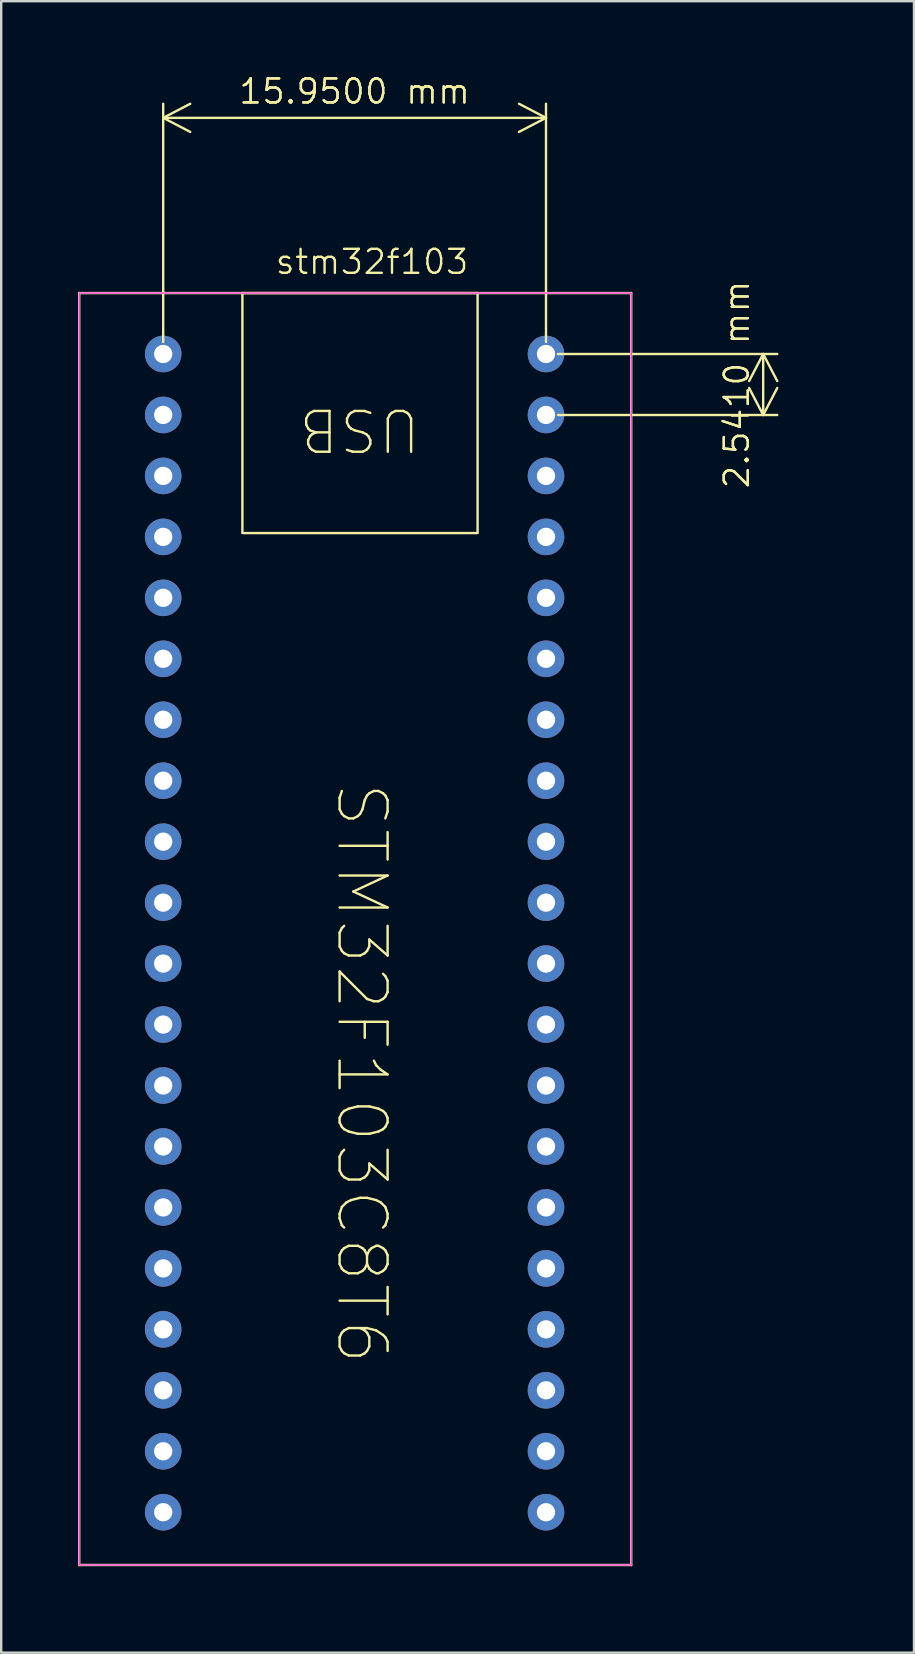
<source format=kicad_pcb>
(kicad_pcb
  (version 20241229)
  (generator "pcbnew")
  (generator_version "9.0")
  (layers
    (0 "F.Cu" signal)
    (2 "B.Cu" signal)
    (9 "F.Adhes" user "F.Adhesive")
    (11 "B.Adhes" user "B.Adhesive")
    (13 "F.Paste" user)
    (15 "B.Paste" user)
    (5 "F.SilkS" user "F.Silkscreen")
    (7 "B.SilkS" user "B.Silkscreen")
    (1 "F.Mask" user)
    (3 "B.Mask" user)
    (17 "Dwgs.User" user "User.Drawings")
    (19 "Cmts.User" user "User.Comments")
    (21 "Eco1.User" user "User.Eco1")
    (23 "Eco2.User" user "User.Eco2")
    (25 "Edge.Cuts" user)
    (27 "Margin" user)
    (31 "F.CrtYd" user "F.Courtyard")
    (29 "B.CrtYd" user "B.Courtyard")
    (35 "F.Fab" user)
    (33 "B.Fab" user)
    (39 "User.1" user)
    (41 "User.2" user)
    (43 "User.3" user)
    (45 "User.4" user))
  (footprint "stm32f103"
    (layer "F.Cu")
    (at 0.25 62.56)
    (property "Reference" "stm32f103" (at 12.2 -54.7 0) (unlocked yes) (layer "F.SilkS") (effects (font (size 1 1) (thickness 0.1))))
    (attr through_hole)
    (fp_line (start 0 -53.4) (end 0 -0.4) (stroke (width 0.1) (type default)) (layer "F.SilkS"))
    (fp_line (start 0 -0.4) (end 23 -0.4) (stroke (width 0.1) (type default)) (layer "F.SilkS"))
    (fp_line (start 23 -53.4) (end 0 -53.4) (stroke (width 0.1) (type default)) (layer "F.SilkS"))
    (fp_line (start 23 -0.4) (end 23 -53.4) (stroke (width 0.1) (type default)) (layer "F.SilkS"))
    (fp_rect (start 16.6 -53.4) (end 6.8 -43.4) (stroke (width 0.1) (type default)) (fill no) (layer "F.SilkS"))
    (fp_rect (start 23 -0.4) (end 0 -53.4) (stroke (width 0.05) (type default)) (fill no) (layer "F.CrtYd"))
    (fp_text user "STM32F103C8T6" (at 10.6 -33.1 270) (unlocked yes) (layer "F.SilkS") (effects (font (size 2 2) (thickness 0.1)) (justify left bottom)))
    (fp_text user "USB" (at 14.3 -48.7 180) (unlocked yes) (layer "F.SilkS") (effects (font (size 1.7 1.7) (thickness 0.1)) (justify left bottom)))
    (dimension (type aligned) (layer "F.SilkS") (pts (xy 3.75 11.7) (xy 19.7 11.7)) (height -9.84) (format (prefix "") (suffix "") (units 3) (units_format 1) (precision 4)) (style (thickness 0.1) (arrow_length 1.27) (text_position_mode 0) (arrow_direction outward) (extension_height 0.586) (extension_offset 0.5) (keep_text_aligned yes)) (gr_text "15.9500 mm" (at 11.725 0.76 0) (layer "F.SilkS") (effects (font (size 1 1) (thickness 0.1)))))
    (dimension (type aligned) (layer "F.SilkS") (pts (xy 19.7 11.7) (xy 19.7 14.241)) (height -9.05) (format (prefix "") (suffix "") (units 3) (units_format 1) (precision 4)) (style (thickness 0.1) (arrow_length 1.27) (text_position_mode 0) (arrow_direction outward) (extension_height 0.586) (extension_offset 0.5) (keep_text_aligned yes)) (gr_text "2.5400 mm" (at 27.65 12.97 90) (layer "F.SilkS") (effects (font (size 1 1) (thickness 0.1)))))
    (pad "1" thru_hole circle (at 19.45 -2.6 180) (size 1.524 1.524) (drill 0.762) (layers "*.Cu" "*.Mask"))
    (pad "2" thru_hole circle (at 19.45 -5.14 180) (size 1.524 1.524) (drill 0.762) (layers "*.Cu" "*.Mask"))
    (pad "3" thru_hole circle (at 19.45 -7.68 180) (size 1.524 1.524) (drill 0.762) (layers "*.Cu" "*.Mask"))
    (pad "4" thru_hole circle (at 19.45 -10.22 180) (size 1.524 1.524) (drill 0.762) (layers "*.Cu" "*.Mask"))
    (pad "7" thru_hole circle (at 19.45 -43.24 180) (size 1.524 1.524) (drill 0.762) (layers "*.Cu" "*.Mask"))
    (pad "10" thru_hole circle (at 19.45 -12.76 180) (size 1.524 1.524) (drill 0.762) (layers "*.Cu" "*.Mask"))
    (pad "11" thru_hole circle (at 19.45 -15.3 180) (size 1.524 1.524) (drill 0.762) (layers "*.Cu" "*.Mask"))
    (pad "12" thru_hole circle (at 19.45 -17.84 180) (size 1.524 1.524) (drill 0.762) (layers "*.Cu" "*.Mask"))
    (pad "13" thru_hole circle (at 19.45 -20.38 180) (size 1.524 1.524) (drill 0.762) (layers "*.Cu" "*.Mask"))
    (pad "14" thru_hole circle (at 19.45 -22.92 180) (size 1.524 1.524) (drill 0.762) (layers "*.Cu" "*.Mask"))
    (pad "15" thru_hole circle (at 19.45 -25.46 180) (size 1.524 1.524) (drill 0.762) (layers "*.Cu" "*.Mask"))
    (pad "16" thru_hole circle (at 19.45 -28 180) (size 1.524 1.524) (drill 0.762) (layers "*.Cu" "*.Mask"))
    (pad "17" thru_hole circle (at 19.45 -30.54 180) (size 1.524 1.524) (drill 0.762) (layers "*.Cu" "*.Mask"))
    (pad "18" thru_hole circle (at 19.45 -33.08 180) (size 1.524 1.524) (drill 0.762) (layers "*.Cu" "*.Mask"))
    (pad "19" thru_hole circle (at 19.45 -35.62 180) (size 1.524 1.524) (drill 0.762) (layers "*.Cu" "*.Mask"))
    (pad "21" thru_hole circle (at 19.45 -38.16 180) (size 1.524 1.524) (drill 0.762) (layers "*.Cu" "*.Mask"))
    (pad "22" thru_hole circle (at 19.45 -40.7 180) (size 1.524 1.524) (drill 0.762) (layers "*.Cu" "*.Mask"))
    (pad "23" thru_hole circle (at 3.5 -5.14 180) (size 1.524 1.524) (drill 0.762) (layers "*.Cu" "*.Mask"))
    (pad "23" thru_hole circle (at 19.45 -50.86 180) (size 1.524 1.524) (drill 0.762) (layers "*.Cu" "*.Mask"))
    (pad "23" thru_hole circle (at 19.45 -48.32 180) (size 1.524 1.524) (drill 0.762) (layers "*.Cu" "*.Mask"))
    (pad "24" thru_hole circle (at 3.5 -7.68 180) (size 1.524 1.524) (drill 0.762) (layers "*.Cu" "*.Mask"))
    (pad "25" thru_hole circle (at 3.5 -50.86 180) (size 1.524 1.524) (drill 0.762) (layers "*.Cu" "*.Mask"))
    (pad "26" thru_hole circle (at 3.5 -48.32 180) (size 1.524 1.524) (drill 0.762) (layers "*.Cu" "*.Mask"))
    (pad "27" thru_hole circle (at 3.5 -45.78 180) (size 1.524 1.524) (drill 0.762) (layers "*.Cu" "*.Mask"))
    (pad "28" thru_hole circle (at 3.5 -43.24 180) (size 1.524 1.524) (drill 0.762) (layers "*.Cu" "*.Mask"))
    (pad "29" thru_hole circle (at 3.5 -40.7 180) (size 1.524 1.524) (drill 0.762) (layers "*.Cu" "*.Mask"))
    (pad "30" thru_hole circle (at 3.5 -38.16 180) (size 1.524 1.524) (drill 0.762) (layers "*.Cu" "*.Mask"))
    (pad "31" thru_hole circle (at 3.5 -35.62 180) (size 1.524 1.524) (drill 0.762) (layers "*.Cu" "*.Mask"))
    (pad "32" thru_hole circle (at 3.5 -33.08 180) (size 1.524 1.524) (drill 0.762) (layers "*.Cu" "*.Mask"))
    (pad "33" thru_hole circle (at 3.5 -30.54 180) (size 1.524 1.524) (drill 0.762) (layers "*.Cu" "*.Mask"))
    (pad "36" thru_hole circle (at 3.5 -2.6 180) (size 1.524 1.524) (drill 0.762) (layers "*.Cu" "*.Mask"))
    (pad "38" thru_hole circle (at 3.5 -28 180) (size 1.524 1.524) (drill 0.762) (layers "*.Cu" "*.Mask"))
    (pad "39" thru_hole circle (at 3.5 -25.46 180) (size 1.524 1.524) (drill 0.762) (layers "*.Cu" "*.Mask"))
    (pad "40" thru_hole circle (at 3.5 -22.92 180) (size 1.524 1.524) (drill 0.762) (layers "*.Cu" "*.Mask"))
    (pad "41" thru_hole circle (at 3.5 -20.38 180) (size 1.524 1.524) (drill 0.762) (layers "*.Cu" "*.Mask"))
    (pad "42" thru_hole circle (at 3.5 -17.84 180) (size 1.524 1.524) (drill 0.762) (layers "*.Cu" "*.Mask"))
    (pad "43" thru_hole circle (at 3.5 -15.3 180) (size 1.524 1.524) (drill 0.762) (layers "*.Cu" "*.Mask"))
    (pad "45" thru_hole circle (at 3.5 -12.76 180) (size 1.524 1.524) (drill 0.762) (layers "*.Cu" "*.Mask"))
    (pad "46" thru_hole circle (at 3.5 -10.22 180) (size 1.524 1.524) (drill 0.762) (layers "*.Cu" "*.Mask"))
    (pad "48" thru_hole circle (at 19.45 -45.78 180) (size 1.524 1.524) (drill 0.762) (layers "*.Cu" "*.Mask")))
  (gr_rect
    (start -3 -3)
    (end 35.033 65.811)
    (stroke (width 0.1) (type default))
    (fill no)
    (layer "Edge.Cuts")))
</source>
